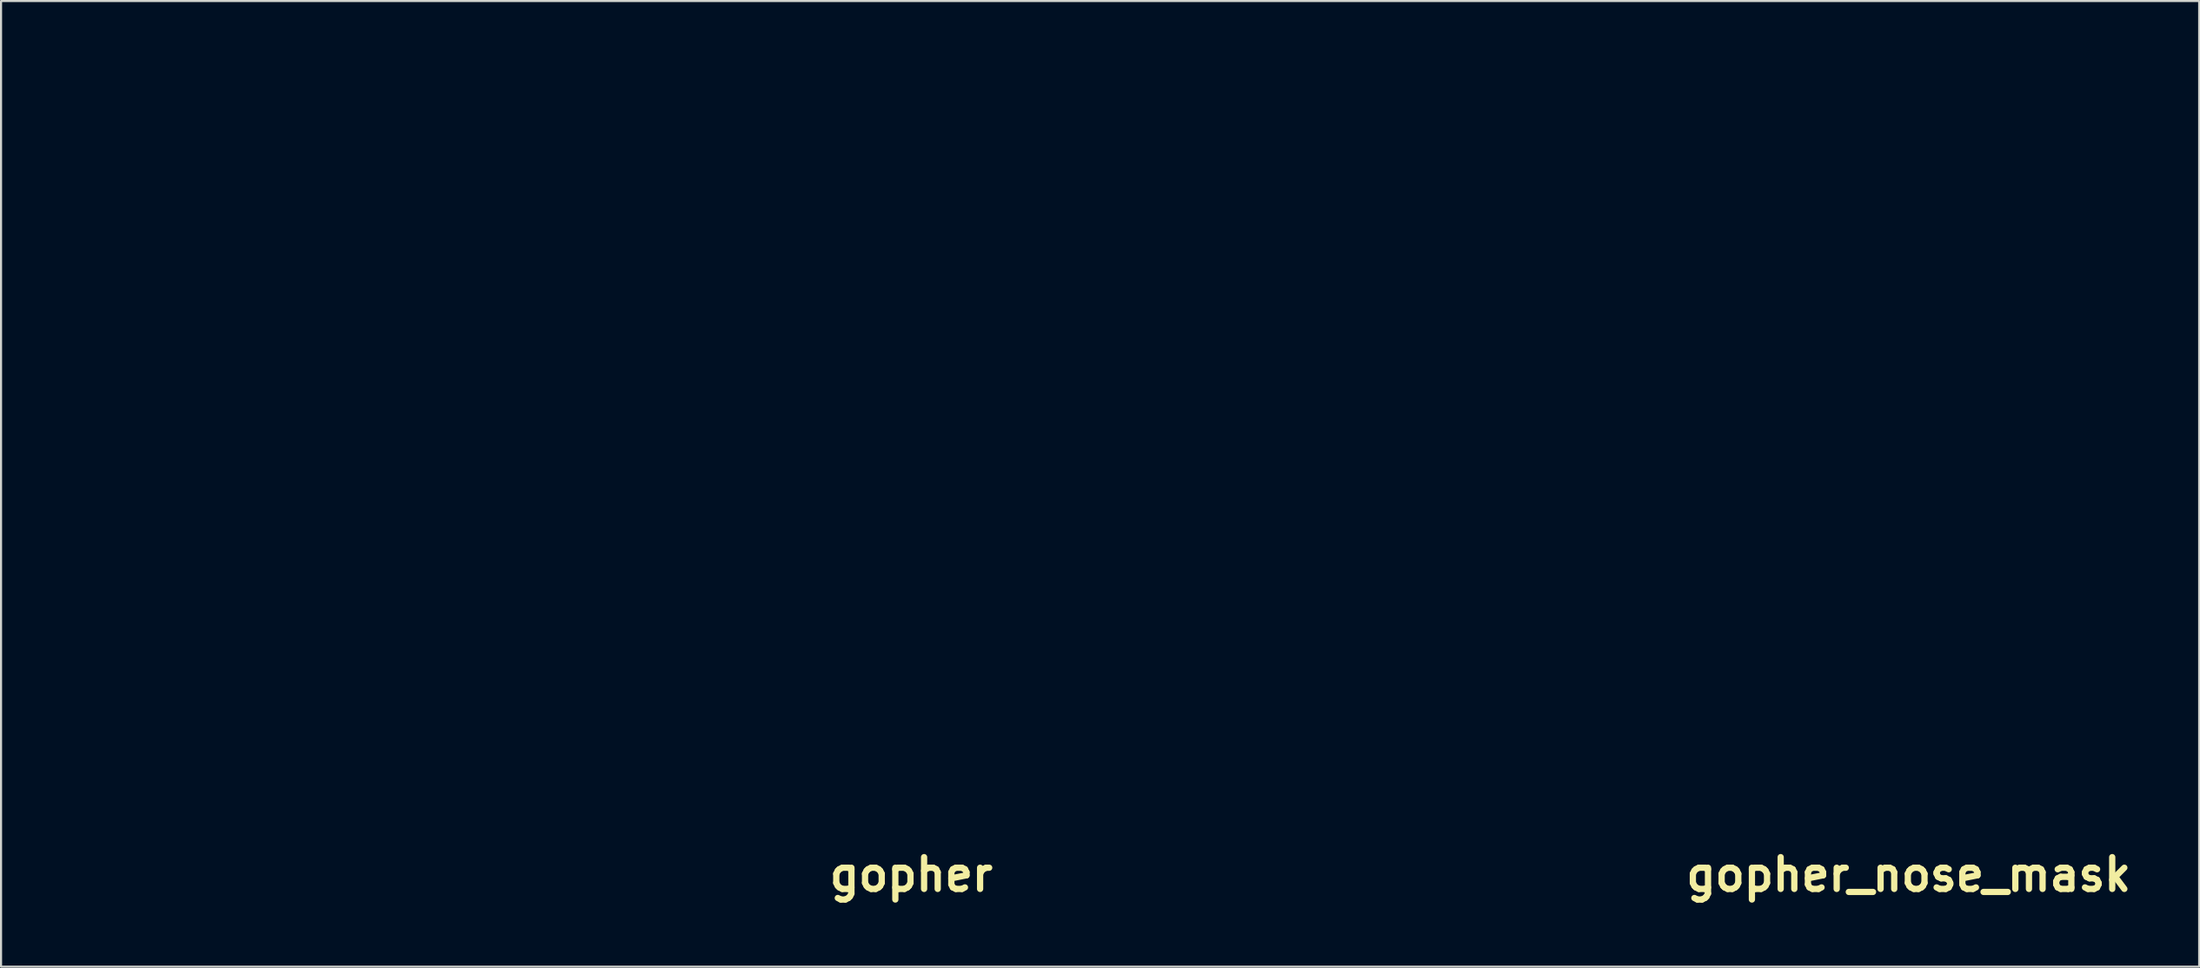
<source format=kicad_pcb>
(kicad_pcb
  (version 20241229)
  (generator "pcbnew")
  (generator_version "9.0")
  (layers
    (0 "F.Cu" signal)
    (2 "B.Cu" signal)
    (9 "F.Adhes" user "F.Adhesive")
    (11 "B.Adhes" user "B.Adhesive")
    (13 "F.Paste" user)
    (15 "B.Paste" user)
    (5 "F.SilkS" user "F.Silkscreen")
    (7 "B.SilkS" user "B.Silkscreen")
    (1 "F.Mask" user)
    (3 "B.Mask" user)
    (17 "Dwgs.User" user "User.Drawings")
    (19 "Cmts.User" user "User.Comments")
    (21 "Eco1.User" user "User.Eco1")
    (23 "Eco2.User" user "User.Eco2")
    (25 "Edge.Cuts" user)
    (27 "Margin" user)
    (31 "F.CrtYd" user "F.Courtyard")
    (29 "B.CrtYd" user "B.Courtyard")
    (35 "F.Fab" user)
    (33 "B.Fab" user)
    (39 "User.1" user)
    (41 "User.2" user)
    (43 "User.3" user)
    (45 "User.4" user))
  (footprint "gopher_nose_mask"
    (layer "F.Cu")
    (at 88.442 38.886)
    (property "Reference" "gopher_nose_mask" (at 0 0 0) (layer "F.SilkS") (effects (font (size 1.524 1.524) (thickness 0.3))))
    (attr through_hole)
    (fp_poly (pts (xy -24.917 -38.828) (xy -24.624 -38.699) (xy -24.339 -38.49) (xy -24.269 -38.427) (xy -24.033 -38.147) (xy -23.862 -37.824) (xy -23.758 -37.471) (xy -23.723 -37.101) (xy -23.758 -36.728) (xy -23.867 -36.364) (xy -23.923 -36.242) (xy -24.073 -36.007) (xy -24.278 -35.78) (xy -24.511 -35.586) (xy -24.733 -35.454) (xy -24.981 -35.373) (xy -25.26 -35.33) (xy -25.53 -35.332) (xy -25.639 -35.348) (xy -25.963 -35.457) (xy -26.253 -35.635) (xy -26.501 -35.871) (xy -26.702 -36.154) (xy -26.85 -36.474) (xy -26.937 -36.818) (xy -26.959 -37.177) (xy -26.909 -37.539) (xy -26.903 -37.563) (xy -26.8 -37.87) (xy -26.656 -38.13) (xy -26.454 -38.376) (xy -26.186 -38.611) (xy -25.896 -38.769) (xy -25.569 -38.859) (xy -25.563 -38.86) (xy -25.226 -38.881) (xy -24.917 -38.828)) (stroke (width 0.01) (type solid)) (fill yes) (layer "F.Mask"))
    (fp_poly (pts (xy -38.767 -38.415) (xy -38.624 -38.405) (xy -38.512 -38.382) (xy -38.405 -38.341) (xy -38.29 -38.284) (xy -37.982 -38.077) (xy -37.725 -37.81) (xy -37.528 -37.496) (xy -37.398 -37.148) (xy -37.346 -36.809) (xy -37.362 -36.399) (xy -37.45 -36.023) (xy -37.607 -35.686) (xy -37.83 -35.395) (xy -38.115 -35.157) (xy -38.345 -35.027) (xy -38.569 -34.95) (xy -38.828 -34.904) (xy -39.091 -34.894) (xy -39.323 -34.92) (xy -39.391 -34.939) (xy -39.742 -35.098) (xy -40.042 -35.32) (xy -40.287 -35.595) (xy -40.47 -35.912) (xy -40.585 -36.263) (xy -40.626 -36.637) (xy -40.606 -36.918) (xy -40.51 -37.298) (xy -40.346 -37.641) (xy -40.12 -37.938) (xy -39.84 -38.178) (xy -39.635 -38.298) (xy -39.511 -38.354) (xy -39.402 -38.39) (xy -39.279 -38.409) (xy -39.118 -38.416) (xy -38.968 -38.417) (xy -38.767 -38.415)) (stroke (width 0.01) (type solid)) (fill yes) (layer "F.Mask"))
    (fp_poly (pts (xy -26.557 -31.727) (xy -26.435 -31.665) (xy -26.274 -31.572) (xy -26.09 -31.459) (xy -25.897 -31.335) (xy -25.712 -31.209) (xy -25.549 -31.091) (xy -25.473 -31.033) (xy -25.142 -30.735) (xy -24.895 -30.44) (xy -24.731 -30.146) (xy -24.649 -29.848) (xy -24.648 -29.545) (xy -24.727 -29.234) (xy -24.869 -28.941) (xy -24.96 -28.799) (xy -25.05 -28.699) (xy -25.164 -28.622) (xy -25.325 -28.548) (xy -25.4 -28.519) (xy -25.633 -28.438) (xy -25.823 -28.396) (xy -25.999 -28.391) (xy -26.191 -28.419) (xy -26.226 -28.426) (xy -26.353 -28.461) (xy -26.539 -28.521) (xy -26.763 -28.598) (xy -27.005 -28.687) (xy -27.146 -28.741) (xy -27.54 -28.89) (xy -27.881 -29.006) (xy -28.182 -29.089) (xy -28.459 -29.141) (xy -28.727 -29.16) (xy -29 -29.147) (xy -29.293 -29.103) (xy -29.621 -29.027) (xy -29.998 -28.919) (xy -30.437 -28.781) (xy -30.861 -28.652) (xy -31.22 -28.56) (xy -31.521 -28.507) (xy -31.776 -28.492) (xy -31.992 -28.514) (xy -32.179 -28.574) (xy -32.346 -28.671) (xy -32.44 -28.746) (xy -32.561 -28.875) (xy -32.681 -29.04) (xy -32.746 -29.153) (xy -32.805 -29.277) (xy -32.842 -29.384) (xy -32.862 -29.502) (xy -32.87 -29.656) (xy -32.872 -29.824) (xy -32.87 -30.023) (xy -32.86 -30.167) (xy -32.837 -30.283) (xy -32.793 -30.401) (xy -32.723 -30.549) (xy -32.716 -30.565) (xy -32.518 -30.888) (xy -32.263 -31.179) (xy -31.97 -31.42) (xy -31.656 -31.594) (xy -31.649 -31.597) (xy -31.477 -31.654) (xy -31.346 -31.654) (xy -31.23 -31.592) (xy -31.131 -31.496) (xy -30.952 -31.342) (xy -30.709 -31.199) (xy -30.422 -31.076) (xy -30.113 -30.984) (xy -30.015 -30.962) (xy -29.727 -30.924) (xy -29.385 -30.908) (xy -29.016 -30.913) (xy -28.648 -30.938) (xy -28.306 -30.982) (xy -28.067 -31.032) (xy -27.661 -31.16) (xy -27.29 -31.323) (xy -26.975 -31.513) (xy -26.893 -31.574) (xy -26.774 -31.664) (xy -26.677 -31.727) (xy -26.625 -31.75) (xy -26.557 -31.727)) (stroke (width 0.01) (type solid)) (fill yes) (layer "F.Mask")))
  (footprint "gopher"
    (layer "F.Cu")
    (at 40.631 38.886)
    (property "Reference" "gopher" (at 0 0 0) (layer "F.SilkS") (effects (font (size 1.524 1.524) (thickness 0.3))))
    (attr through_hole)
    (fp_poly (pts (xy -24.917 -38.828) (xy -24.624 -38.699) (xy -24.339 -38.49) (xy -24.269 -38.427) (xy -24.033 -38.147) (xy -23.862 -37.824) (xy -23.758 -37.471) (xy -23.723 -37.101) (xy -23.758 -36.728) (xy -23.867 -36.364) (xy -23.923 -36.242) (xy -24.073 -36.007) (xy -24.278 -35.78) (xy -24.511 -35.586) (xy -24.733 -35.454) (xy -24.981 -35.373) (xy -25.26 -35.33) (xy -25.53 -35.332) (xy -25.639 -35.348) (xy -25.963 -35.457) (xy -26.253 -35.635) (xy -26.501 -35.871) (xy -26.702 -36.154) (xy -26.85 -36.474) (xy -26.937 -36.818) (xy -26.959 -37.177) (xy -26.909 -37.539) (xy -26.903 -37.563) (xy -26.8 -37.87) (xy -26.656 -38.13) (xy -26.454 -38.376) (xy -26.186 -38.611) (xy -25.896 -38.769) (xy -25.569 -38.859) (xy -25.563 -38.86) (xy -25.226 -38.881) (xy -24.917 -38.828)) (stroke (width 0.01) (type solid)) (fill no) (layer "Eco2.User"))
    (fp_poly (pts (xy -38.767 -38.415) (xy -38.624 -38.405) (xy -38.512 -38.382) (xy -38.405 -38.341) (xy -38.29 -38.284) (xy -37.982 -38.077) (xy -37.725 -37.81) (xy -37.528 -37.496) (xy -37.398 -37.148) (xy -37.346 -36.809) (xy -37.362 -36.399) (xy -37.45 -36.023) (xy -37.607 -35.686) (xy -37.83 -35.395) (xy -38.115 -35.157) (xy -38.345 -35.027) (xy -38.569 -34.95) (xy -38.828 -34.904) (xy -39.091 -34.894) (xy -39.323 -34.92) (xy -39.391 -34.939) (xy -39.742 -35.098) (xy -40.042 -35.32) (xy -40.287 -35.595) (xy -40.47 -35.912) (xy -40.585 -36.263) (xy -40.626 -36.637) (xy -40.606 -36.918) (xy -40.51 -37.298) (xy -40.346 -37.641) (xy -40.12 -37.938) (xy -39.84 -38.178) (xy -39.635 -38.298) (xy -39.511 -38.354) (xy -39.402 -38.39) (xy -39.279 -38.409) (xy -39.118 -38.416) (xy -38.968 -38.417) (xy -38.767 -38.415)) (stroke (width 0.01) (type solid)) (fill no) (layer "Eco2.User"))
    (fp_poly (pts (xy -26.557 -31.727) (xy -26.435 -31.665) (xy -26.274 -31.572) (xy -26.09 -31.459) (xy -25.897 -31.335) (xy -25.712 -31.209) (xy -25.549 -31.091) (xy -25.473 -31.033) (xy -25.142 -30.735) (xy -24.895 -30.44) (xy -24.731 -30.146) (xy -24.649 -29.848) (xy -24.648 -29.545) (xy -24.727 -29.234) (xy -24.869 -28.941) (xy -24.96 -28.799) (xy -25.05 -28.699) (xy -25.164 -28.622) (xy -25.325 -28.548) (xy -25.4 -28.519) (xy -25.633 -28.438) (xy -25.823 -28.396) (xy -25.999 -28.391) (xy -26.191 -28.419) (xy -26.226 -28.426) (xy -26.353 -28.461) (xy -26.539 -28.521) (xy -26.763 -28.598) (xy -27.005 -28.687) (xy -27.146 -28.741) (xy -27.54 -28.89) (xy -27.881 -29.006) (xy -28.182 -29.089) (xy -28.459 -29.141) (xy -28.727 -29.16) (xy -29 -29.147) (xy -29.293 -29.103) (xy -29.621 -29.027) (xy -29.998 -28.919) (xy -30.437 -28.781) (xy -30.861 -28.652) (xy -31.22 -28.56) (xy -31.521 -28.507) (xy -31.776 -28.492) (xy -31.992 -28.514) (xy -32.179 -28.574) (xy -32.346 -28.671) (xy -32.44 -28.746) (xy -32.561 -28.875) (xy -32.681 -29.04) (xy -32.746 -29.153) (xy -32.805 -29.277) (xy -32.842 -29.384) (xy -32.862 -29.502) (xy -32.87 -29.656) (xy -32.872 -29.824) (xy -32.87 -30.023) (xy -32.86 -30.167) (xy -32.837 -30.283) (xy -32.793 -30.401) (xy -32.723 -30.549) (xy -32.716 -30.565) (xy -32.518 -30.888) (xy -32.263 -31.179) (xy -31.97 -31.42) (xy -31.656 -31.594) (xy -31.649 -31.597) (xy -31.477 -31.654) (xy -31.346 -31.654) (xy -31.23 -31.592) (xy -31.131 -31.496) (xy -30.952 -31.342) (xy -30.709 -31.199) (xy -30.422 -31.076) (xy -30.113 -30.984) (xy -30.015 -30.962) (xy -29.727 -30.924) (xy -29.385 -30.908) (xy -29.016 -30.913) (xy -28.648 -30.938) (xy -28.306 -30.982) (xy -28.067 -31.032) (xy -27.661 -31.16) (xy -27.29 -31.323) (xy -26.975 -31.513) (xy -26.893 -31.574) (xy -26.774 -31.664) (xy -26.677 -31.727) (xy -26.625 -31.75) (xy -26.557 -31.727)) (stroke (width 0.01) (type solid)) (fill no) (layer "Eco2.User")))
  (gr_rect
    (start -3 -3)
    (end 102.371 43.304)
    (stroke (width 0.1) (type default))
    (fill no)
    (layer "Edge.Cuts")))
</source>
